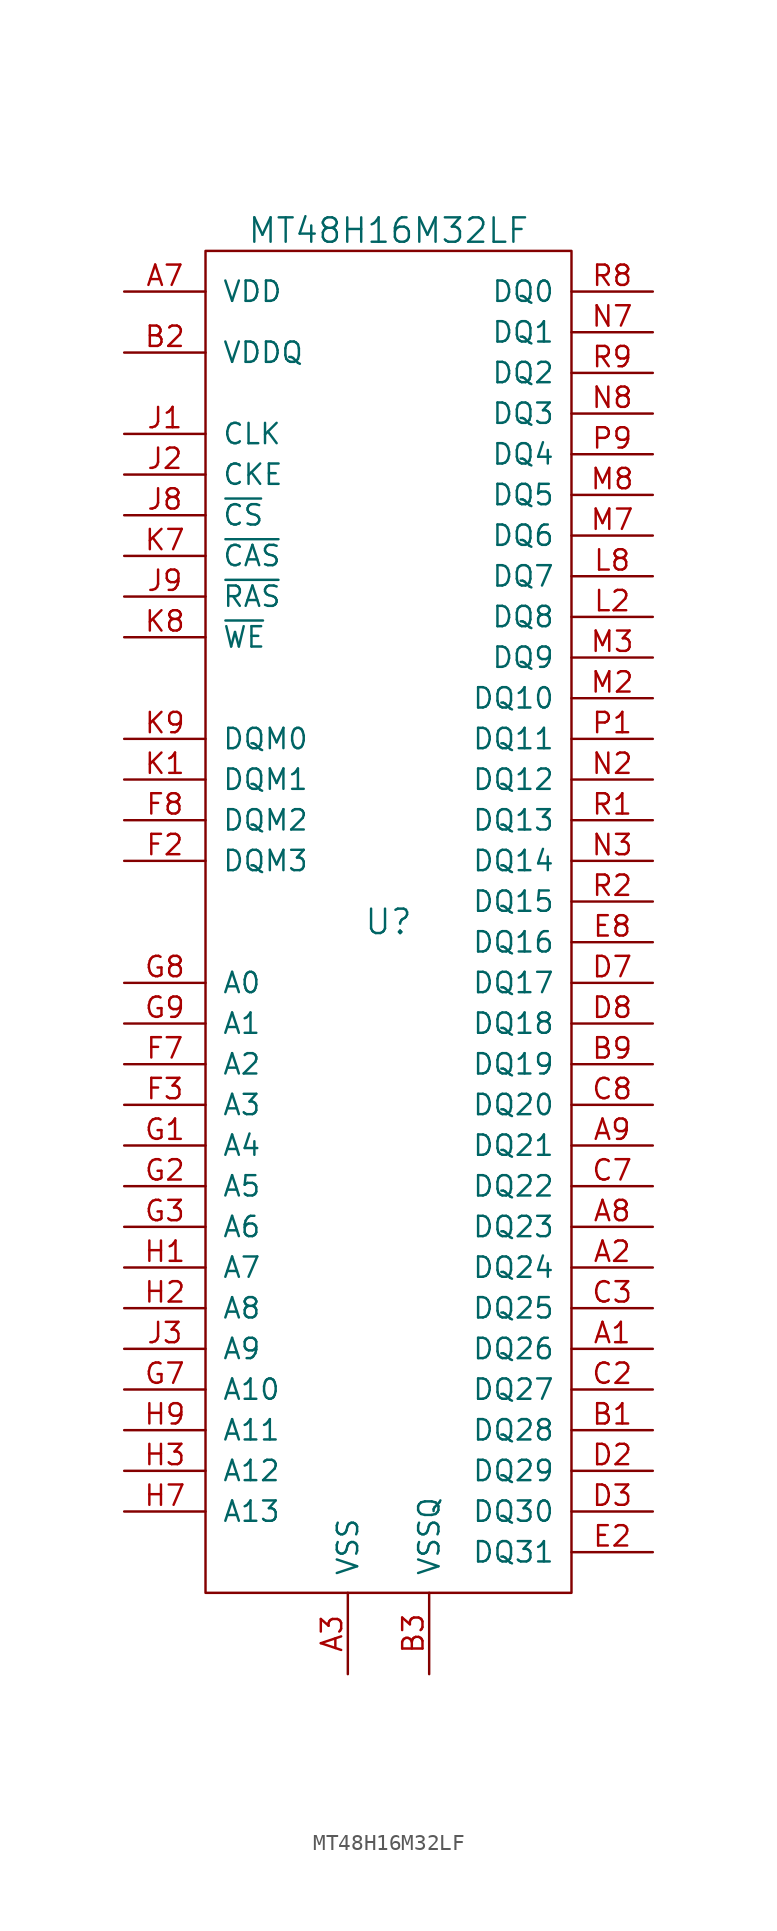
<source format=kicad_sym>
(kicad_symbol_lib
  (version 20231120)
  (generator "kicad_symbol_editor")
  (generator_version "8.0")
  (symbol "MT48H16M32LF"
    (pin_names
      (offset 1.016))
    (property "Reference" "U"
      (at 0 0 0)
      (effects (font (size 1.524 1.524))))
    (property "Value" "MT48H16M32LF"
      (at 0 43.18 0)
      (effects (font (size 1.524 1.524))))
    (property "Footprint" ""
      (at 0 -3.81 0)
      (effects (font (size 1.524 1.524))))
    (property "Datasheet" ""
      (at 0 -3.81 0)
      (effects (font (size 1.524 1.524))))
    (symbol "MT48H16M32LF_0_1"
      (rectangle (start -11.43 41.91) (end 11.43 -41.91) (stroke (width 0) (type default)) (fill (type none))))
    (symbol "MT48H16M32LF_1_1"
      (pin bidirectional line (at 16.51 -26.67 180) (length 5.08) (name "DQ26" (effects (font (size 1.27 1.27)))) (number "A1" (effects (font (size 1.27 1.27)))))
      (pin bidirectional line (at 16.51 -21.59 180) (length 5.08) (name "DQ24" (effects (font (size 1.27 1.27)))) (number "A2" (effects (font (size 1.27 1.27)))))
      (pin power_in line (at -2.54 -46.99 90) (length 5.08) (name "VSS" (effects (font (size 1.27 1.27)))) (number "A3" (effects (font (size 1.27 1.27)))))
      (pin bidirectional line (at -16.51 39.37 0) (length 5.08) (name "VDD" (effects (font (size 1.27 1.27)))) (number "A7" (effects (font (size 1.27 1.27)))))
      (pin bidirectional line (at 16.51 -19.05 180) (length 5.08) (name "DQ23" (effects (font (size 1.27 1.27)))) (number "A8" (effects (font (size 1.27 1.27)))))
      (pin bidirectional line (at 16.51 -13.97 180) (length 5.08) (name "DQ21" (effects (font (size 1.27 1.27)))) (number "A9" (effects (font (size 1.27 1.27)))))
      (pin bidirectional line (at 16.51 -31.75 180) (length 5.08) (name "DQ28" (effects (font (size 1.27 1.27)))) (number "B1" (effects (font (size 1.27 1.27)))))
      (pin power_in line (at -16.51 35.56 0) (length 5.08) (name "VDDQ" (effects (font (size 1.27 1.27)))) (number "B2" (effects (font (size 1.27 1.27)))))
      (pin power_in line (at 2.54 -46.99 90) (length 5.08) (name "VSSQ" (effects (font (size 1.27 1.27)))) (number "B3" (effects (font (size 1.27 1.27)))))
      (pin power_in line (at -16.51 35.56 0) (length 5.08) hide (name "VDDQ" (effects (font (size 1.27 1.27)))) (number "B7" (effects (font (size 1.27 1.27)))))
      (pin power_in line (at 2.54 -46.99 90) (length 5.08) hide (name "VSSQ" (effects (font (size 1.27 1.27)))) (number "B8" (effects (font (size 1.27 1.27)))))
      (pin bidirectional line (at 16.51 -8.89 180) (length 5.08) (name "DQ19" (effects (font (size 1.27 1.27)))) (number "B9" (effects (font (size 1.27 1.27)))))
      (pin power_in line (at 2.54 -46.99 90) (length 5.08) hide (name "VSSQ" (effects (font (size 1.27 1.27)))) (number "C1" (effects (font (size 1.27 1.27)))))
      (pin bidirectional line (at 16.51 -29.21 180) (length 5.08) (name "DQ27" (effects (font (size 1.27 1.27)))) (number "C2" (effects (font (size 1.27 1.27)))))
      (pin bidirectional line (at 16.51 -24.13 180) (length 5.08) (name "DQ25" (effects (font (size 1.27 1.27)))) (number "C3" (effects (font (size 1.27 1.27)))))
      (pin bidirectional line (at 16.51 -16.51 180) (length 5.08) (name "DQ22" (effects (font (size 1.27 1.27)))) (number "C7" (effects (font (size 1.27 1.27)))))
      (pin bidirectional line (at 16.51 -11.43 180) (length 5.08) (name "DQ20" (effects (font (size 1.27 1.27)))) (number "C8" (effects (font (size 1.27 1.27)))))
      (pin power_in line (at -16.51 35.56 0) (length 5.08) hide (name "VDDQ" (effects (font (size 1.27 1.27)))) (number "C9" (effects (font (size 1.27 1.27)))))
      (pin power_in line (at 2.54 -46.99 90) (length 5.08) hide (name "VSSQ" (effects (font (size 1.27 1.27)))) (number "D1" (effects (font (size 1.27 1.27)))))
      (pin bidirectional line (at 16.51 -34.29 180) (length 5.08) (name "DQ29" (effects (font (size 1.27 1.27)))) (number "D2" (effects (font (size 1.27 1.27)))))
      (pin bidirectional line (at 16.51 -36.83 180) (length 5.08) (name "DQ30" (effects (font (size 1.27 1.27)))) (number "D3" (effects (font (size 1.27 1.27)))))
      (pin bidirectional line (at 16.51 -3.81 180) (length 5.08) (name "DQ17" (effects (font (size 1.27 1.27)))) (number "D7" (effects (font (size 1.27 1.27)))))
      (pin bidirectional line (at 16.51 -6.35 180) (length 5.08) (name "DQ18" (effects (font (size 1.27 1.27)))) (number "D8" (effects (font (size 1.27 1.27)))))
      (pin bidirectional line (at -16.51 35.56 0) (length 5.08) hide (name "VDDQ" (effects (font (size 1.27 1.27)))) (number "D9" (effects (font (size 1.27 1.27)))))
      (pin power_in line (at -16.51 35.56 0) (length 5.08) hide (name "VDDQ" (effects (font (size 1.27 1.27)))) (number "E1" (effects (font (size 1.27 1.27)))))
      (pin bidirectional line (at 16.51 -39.37 180) (length 5.08) (name "DQ31" (effects (font (size 1.27 1.27)))) (number "E2" (effects (font (size 1.27 1.27)))))
      (pin bidirectional line (at 16.51 -1.27 180) (length 5.08) (name "DQ16" (effects (font (size 1.27 1.27)))) (number "E8" (effects (font (size 1.27 1.27)))))
      (pin power_in line (at 2.54 -46.99 90) (length 5.08) hide (name "VSSQ" (effects (font (size 1.27 1.27)))) (number "E9" (effects (font (size 1.27 1.27)))))
      (pin power_in line (at -2.54 -46.99 90) (length 5.08) hide (name "VSS" (effects (font (size 1.27 1.27)))) (number "F1" (effects (font (size 1.27 1.27)))))
      (pin input line (at -16.51 3.81 0) (length 5.08) (name "DQM3" (effects (font (size 1.27 1.27)))) (number "F2" (effects (font (size 1.27 1.27)))))
      (pin input line (at -16.51 -11.43 0) (length 5.08) (name "A3" (effects (font (size 1.27 1.27)))) (number "F3" (effects (font (size 1.27 1.27)))))
      (pin input line (at -16.51 -8.89 0) (length 5.08) (name "A2" (effects (font (size 1.27 1.27)))) (number "F7" (effects (font (size 1.27 1.27)))))
      (pin input line (at -16.51 6.35 0) (length 5.08) (name "DQM2" (effects (font (size 1.27 1.27)))) (number "F8" (effects (font (size 1.27 1.27)))))
      (pin bidirectional line (at -16.51 39.37 0) (length 5.08) hide (name "VDD" (effects (font (size 1.27 1.27)))) (number "F9" (effects (font (size 1.27 1.27)))))
      (pin input line (at -16.51 -13.97 0) (length 5.08) (name "A4" (effects (font (size 1.27 1.27)))) (number "G1" (effects (font (size 1.27 1.27)))))
      (pin input line (at -16.51 -16.51 0) (length 5.08) (name "A5" (effects (font (size 1.27 1.27)))) (number "G2" (effects (font (size 1.27 1.27)))))
      (pin input line (at -16.51 -19.05 0) (length 5.08) (name "A6" (effects (font (size 1.27 1.27)))) (number "G3" (effects (font (size 1.27 1.27)))))
      (pin input line (at -16.51 -29.21 0) (length 5.08) (name "A10" (effects (font (size 1.27 1.27)))) (number "G7" (effects (font (size 1.27 1.27)))))
      (pin input line (at -16.51 -3.81 0) (length 5.08) (name "A0" (effects (font (size 1.27 1.27)))) (number "G8" (effects (font (size 1.27 1.27)))))
      (pin input line (at -16.51 -6.35 0) (length 5.08) (name "A1" (effects (font (size 1.27 1.27)))) (number "G9" (effects (font (size 1.27 1.27)))))
      (pin input line (at -16.51 -21.59 0) (length 5.08) (name "A7" (effects (font (size 1.27 1.27)))) (number "H1" (effects (font (size 1.27 1.27)))))
      (pin input line (at -16.51 -24.13 0) (length 5.08) (name "A8" (effects (font (size 1.27 1.27)))) (number "H2" (effects (font (size 1.27 1.27)))))
      (pin input line (at -16.51 -34.29 0) (length 5.08) (name "A12" (effects (font (size 1.27 1.27)))) (number "H3" (effects (font (size 1.27 1.27)))))
      (pin input line (at -16.51 -36.83 0) (length 5.08) (name "A13" (effects (font (size 1.27 1.27)))) (number "H7" (effects (font (size 1.27 1.27)))))
      (pin input line (at -16.51 -31.75 0) (length 5.08) (name "A11" (effects (font (size 1.27 1.27)))) (number "H9" (effects (font (size 1.27 1.27)))))
      (pin input line (at -16.51 30.48 0) (length 5.08) (name "CLK" (effects (font (size 1.27 1.27)))) (number "J1" (effects (font (size 1.27 1.27)))))
      (pin input line (at -16.51 27.94 0) (length 5.08) (name "CKE" (effects (font (size 1.27 1.27)))) (number "J2" (effects (font (size 1.27 1.27)))))
      (pin input line (at -16.51 -26.67 0) (length 5.08) (name "A9" (effects (font (size 1.27 1.27)))) (number "J3" (effects (font (size 1.27 1.27)))))
      (pin input line (at -16.51 25.4 0) (length 5.08) (name "~{CS}" (effects (font (size 1.27 1.27)))) (number "J8" (effects (font (size 1.27 1.27)))))
      (pin input line (at -16.51 20.32 0) (length 5.08) (name "~{RAS}" (effects (font (size 1.27 1.27)))) (number "J9" (effects (font (size 1.27 1.27)))))
      (pin input line (at -16.51 8.89 0) (length 5.08) (name "DQM1" (effects (font (size 1.27 1.27)))) (number "K1" (effects (font (size 1.27 1.27)))))
      (pin input line (at -16.51 22.86 0) (length 5.08) (name "~{CAS}" (effects (font (size 1.27 1.27)))) (number "K7" (effects (font (size 1.27 1.27)))))
      (pin input line (at -16.51 17.78 0) (length 5.08) (name "~{WE}" (effects (font (size 1.27 1.27)))) (number "K8" (effects (font (size 1.27 1.27)))))
      (pin input line (at -16.51 11.43 0) (length 5.08) (name "DQM0" (effects (font (size 1.27 1.27)))) (number "K9" (effects (font (size 1.27 1.27)))))
      (pin bidirectional line (at -16.51 35.56 0) (length 5.08) hide (name "VDDQ" (effects (font (size 1.27 1.27)))) (number "L1" (effects (font (size 1.27 1.27)))))
      (pin bidirectional line (at 16.51 19.05 180) (length 5.08) (name "DQ8" (effects (font (size 1.27 1.27)))) (number "L2" (effects (font (size 1.27 1.27)))))
      (pin power_in line (at -2.54 -46.99 90) (length 5.08) hide (name "VSS" (effects (font (size 1.27 1.27)))) (number "L3" (effects (font (size 1.27 1.27)))))
      (pin bidirectional line (at -16.51 39.37 0) (length 5.08) hide (name "VDD" (effects (font (size 1.27 1.27)))) (number "L7" (effects (font (size 1.27 1.27)))))
      (pin bidirectional line (at 16.51 21.59 180) (length 5.08) (name "DQ7" (effects (font (size 1.27 1.27)))) (number "L8" (effects (font (size 1.27 1.27)))))
      (pin power_in line (at 2.54 -46.99 90) (length 5.08) hide (name "VSSQ" (effects (font (size 1.27 1.27)))) (number "L9" (effects (font (size 1.27 1.27)))))
      (pin power_in line (at 2.54 -46.99 90) (length 5.08) hide (name "VSSQ" (effects (font (size 1.27 1.27)))) (number "M1" (effects (font (size 1.27 1.27)))))
      (pin bidirectional line (at 16.51 13.97 180) (length 5.08) (name "DQ10" (effects (font (size 1.27 1.27)))) (number "M2" (effects (font (size 1.27 1.27)))))
      (pin bidirectional line (at 16.51 16.51 180) (length 5.08) (name "DQ9" (effects (font (size 1.27 1.27)))) (number "M3" (effects (font (size 1.27 1.27)))))
      (pin bidirectional line (at 16.51 24.13 180) (length 5.08) (name "DQ6" (effects (font (size 1.27 1.27)))) (number "M7" (effects (font (size 1.27 1.27)))))
      (pin bidirectional line (at 16.51 26.67 180) (length 5.08) (name "DQ5" (effects (font (size 1.27 1.27)))) (number "M8" (effects (font (size 1.27 1.27)))))
      (pin power_in line (at -16.51 35.56 0) (length 5.08) hide (name "VDDQ" (effects (font (size 1.27 1.27)))) (number "M9" (effects (font (size 1.27 1.27)))))
      (pin power_in line (at 2.54 -46.99 90) (length 5.08) hide (name "VSSQ" (effects (font (size 1.27 1.27)))) (number "N1" (effects (font (size 1.27 1.27)))))
      (pin bidirectional line (at 16.51 8.89 180) (length 5.08) (name "DQ12" (effects (font (size 1.27 1.27)))) (number "N2" (effects (font (size 1.27 1.27)))))
      (pin bidirectional line (at 16.51 3.81 180) (length 5.08) (name "DQ14" (effects (font (size 1.27 1.27)))) (number "N3" (effects (font (size 1.27 1.27)))))
      (pin bidirectional line (at 16.51 36.83 180) (length 5.08) (name "DQ1" (effects (font (size 1.27 1.27)))) (number "N7" (effects (font (size 1.27 1.27)))))
      (pin bidirectional line (at 16.51 31.75 180) (length 5.08) (name "DQ3" (effects (font (size 1.27 1.27)))) (number "N8" (effects (font (size 1.27 1.27)))))
      (pin power_in line (at -16.51 35.56 0) (length 5.08) hide (name "VDDQ" (effects (font (size 1.27 1.27)))) (number "N9" (effects (font (size 1.27 1.27)))))
      (pin bidirectional line (at 16.51 11.43 180) (length 5.08) (name "DQ11" (effects (font (size 1.27 1.27)))) (number "P1" (effects (font (size 1.27 1.27)))))
      (pin power_in line (at -16.51 35.56 0) (length 5.08) hide (name "VDDQ" (effects (font (size 1.27 1.27)))) (number "P2" (effects (font (size 1.27 1.27)))))
      (pin power_in line (at 2.54 -46.99 90) (length 5.08) hide (name "VSSQ" (effects (font (size 1.27 1.27)))) (number "P3" (effects (font (size 1.27 1.27)))))
      (pin power_in line (at -16.51 35.56 0) (length 5.08) hide (name "VDDQ" (effects (font (size 1.27 1.27)))) (number "P7" (effects (font (size 1.27 1.27)))))
      (pin power_in line (at 2.54 -46.99 90) (length 5.08) hide (name "VSSQ" (effects (font (size 1.27 1.27)))) (number "P8" (effects (font (size 1.27 1.27)))))
      (pin bidirectional line (at 16.51 29.21 180) (length 5.08) (name "DQ4" (effects (font (size 1.27 1.27)))) (number "P9" (effects (font (size 1.27 1.27)))))
      (pin bidirectional line (at 16.51 6.35 180) (length 5.08) (name "DQ13" (effects (font (size 1.27 1.27)))) (number "R1" (effects (font (size 1.27 1.27)))))
      (pin bidirectional line (at 16.51 1.27 180) (length 5.08) (name "DQ15" (effects (font (size 1.27 1.27)))) (number "R2" (effects (font (size 1.27 1.27)))))
      (pin power_in line (at -2.54 -46.99 90) (length 5.08) hide (name "VSS" (effects (font (size 1.27 1.27)))) (number "R3" (effects (font (size 1.27 1.27)))))
      (pin bidirectional line (at -16.51 39.37 0) (length 5.08) hide (name "VDD" (effects (font (size 1.27 1.27)))) (number "R7" (effects (font (size 1.27 1.27)))))
      (pin input line (at 16.51 39.37 180) (length 5.08) (name "DQ0" (effects (font (size 1.27 1.27)))) (number "R8" (effects (font (size 1.27 1.27)))))
      (pin bidirectional line (at 16.51 34.29 180) (length 5.08) (name "DQ2" (effects (font (size 1.27 1.27)))) (number "R9" (effects (font (size 1.27 1.27))))))))
</source>
